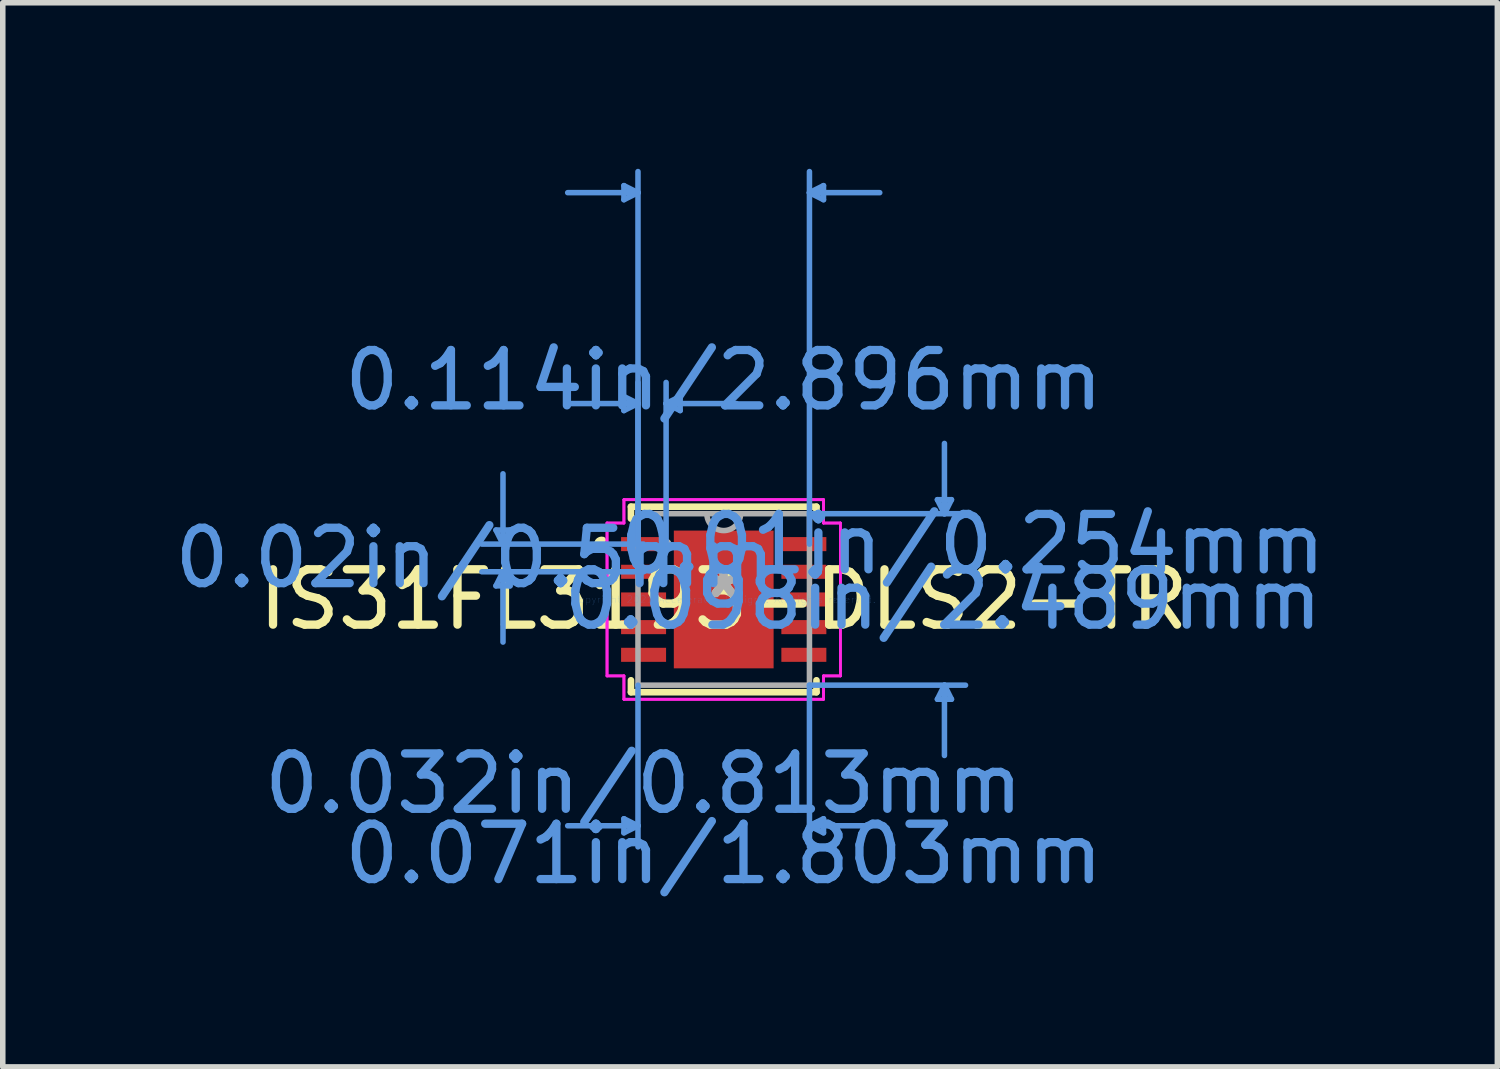
<source format=kicad_pcb>
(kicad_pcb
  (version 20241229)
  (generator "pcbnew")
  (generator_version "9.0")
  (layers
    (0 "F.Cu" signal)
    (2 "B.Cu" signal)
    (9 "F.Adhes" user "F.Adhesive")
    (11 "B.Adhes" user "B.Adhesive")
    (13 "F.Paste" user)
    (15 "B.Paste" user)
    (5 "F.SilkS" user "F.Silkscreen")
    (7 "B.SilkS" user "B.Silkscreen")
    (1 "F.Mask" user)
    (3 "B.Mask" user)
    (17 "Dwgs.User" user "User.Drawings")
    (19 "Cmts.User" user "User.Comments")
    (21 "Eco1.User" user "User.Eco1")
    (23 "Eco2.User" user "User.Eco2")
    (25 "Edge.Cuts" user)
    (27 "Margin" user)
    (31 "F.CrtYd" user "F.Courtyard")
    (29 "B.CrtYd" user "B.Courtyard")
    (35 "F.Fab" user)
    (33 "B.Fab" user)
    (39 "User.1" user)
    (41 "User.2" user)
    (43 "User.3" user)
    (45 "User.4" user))
  (footprint "IS31FL3193-DLS2-TR"
    (layer "F.Cu")
    (at 10.026 7.781)
    (property "Reference" "IS31FL3193-DLS2-TR" (at 0 0 0) (layer "F.SilkS") (effects (font (size 1 1) (thickness 0.15))))
    (attr through_hole)
    (fp_line (start -1.676 -1.676) (end -1.676 -1.46) (stroke (width 0.12) (type solid)) (layer "F.SilkS"))
    (fp_line (start -1.676 1.46) (end -1.676 1.676) (stroke (width 0.12) (type solid)) (layer "F.SilkS"))
    (fp_line (start -1.676 1.676) (end 1.676 1.676) (stroke (width 0.12) (type solid)) (layer "F.SilkS"))
    (fp_line (start 1.676 -1.676) (end -1.676 -1.676) (stroke (width 0.12) (type solid)) (layer "F.SilkS"))
    (fp_line (start 1.676 -1.46) (end 1.676 -1.676) (stroke (width 0.12) (type solid)) (layer "F.SilkS"))
    (fp_line (start 1.676 1.676) (end 1.676 1.46) (stroke (width 0.12) (type solid)) (layer "F.SilkS"))
    (fp_arc (start -2.18694 -0.926171) (mid -2.282 -1) (end -2.18694 -1.073829) (stroke (width 0.12) (type solid)) (layer "F.SilkS"))
    (fp_line (start -4.115 -1.254) (end -3.861 -1.254) (stroke (width 0.1) (type solid)) (layer "Cmts.User"))
    (fp_line (start -4.115 -0.246) (end -3.861 -0.246) (stroke (width 0.1) (type solid)) (layer "Cmts.User"))
    (fp_line (start -3.988 -1) (end -4.115 -1.254) (stroke (width 0.1) (type solid)) (layer "Cmts.User"))
    (fp_line (start -3.988 -1) (end -3.988 -2.27) (stroke (width 0.1) (type solid)) (layer "Cmts.User"))
    (fp_line (start -3.988 -1) (end -3.861 -1.254) (stroke (width 0.1) (type solid)) (layer "Cmts.User"))
    (fp_line (start -3.988 -0.5) (end -4.115 -0.246) (stroke (width 0.1) (type solid)) (layer "Cmts.User"))
    (fp_line (start -3.988 -0.5) (end -3.988 0.77) (stroke (width 0.1) (type solid)) (layer "Cmts.User"))
    (fp_line (start -3.988 -0.5) (end -3.861 -0.246) (stroke (width 0.1) (type solid)) (layer "Cmts.User"))
    (fp_line (start -1.803 -7.477) (end -1.803 -7.223) (stroke (width 0.1) (type solid)) (layer "Cmts.User"))
    (fp_line (start -1.803 -3.667) (end -1.803 -3.413) (stroke (width 0.1) (type solid)) (layer "Cmts.User"))
    (fp_line (start -1.803 3.962) (end -1.803 4.216) (stroke (width 0.1) (type solid)) (layer "Cmts.User"))
    (fp_line (start -1.549 -7.35) (end -2.819 -7.35) (stroke (width 0.1) (type solid)) (layer "Cmts.User"))
    (fp_line (start -1.549 -7.35) (end -1.803 -7.477) (stroke (width 0.1) (type solid)) (layer "Cmts.User"))
    (fp_line (start -1.549 -7.35) (end -1.803 -7.223) (stroke (width 0.1) (type solid)) (layer "Cmts.User"))
    (fp_line (start -1.549 -3.54) (end -2.819 -3.54) (stroke (width 0.1) (type solid)) (layer "Cmts.User"))
    (fp_line (start -1.549 -3.54) (end -1.803 -3.667) (stroke (width 0.1) (type solid)) (layer "Cmts.User"))
    (fp_line (start -1.549 -3.54) (end -1.803 -3.413) (stroke (width 0.1) (type solid)) (layer "Cmts.User"))
    (fp_line (start -1.549 -1) (end -1.549 -7.731) (stroke (width 0.1) (type solid)) (layer "Cmts.User"))
    (fp_line (start -1.549 -1) (end -1.549 -3.921) (stroke (width 0.1) (type solid)) (layer "Cmts.User"))
    (fp_line (start -1.549 1.549) (end -1.549 4.47) (stroke (width 0.1) (type solid)) (layer "Cmts.User"))
    (fp_line (start -1.549 4.089) (end -2.819 4.089) (stroke (width 0.1) (type solid)) (layer "Cmts.User"))
    (fp_line (start -1.549 4.089) (end -1.803 3.962) (stroke (width 0.1) (type solid)) (layer "Cmts.User"))
    (fp_line (start -1.549 4.089) (end -1.803 4.216) (stroke (width 0.1) (type solid)) (layer "Cmts.User"))
    (fp_line (start -1.448 -1) (end -4.369 -1) (stroke (width 0.1) (type solid)) (layer "Cmts.User"))
    (fp_line (start -1.448 -0.5) (end -4.369 -0.5) (stroke (width 0.1) (type solid)) (layer "Cmts.User"))
    (fp_line (start -1.041 -3.54) (end -0.787 -3.667) (stroke (width 0.1) (type solid)) (layer "Cmts.User"))
    (fp_line (start -1.041 -3.54) (end -0.787 -3.413) (stroke (width 0.1) (type solid)) (layer "Cmts.User"))
    (fp_line (start -1.041 -3.54) (end 0.229 -3.54) (stroke (width 0.1) (type solid)) (layer "Cmts.User"))
    (fp_line (start -1.041 -1) (end -1.041 -3.921) (stroke (width 0.1) (type solid)) (layer "Cmts.User"))
    (fp_line (start -0.787 -3.667) (end -0.787 -3.413) (stroke (width 0.1) (type solid)) (layer "Cmts.User"))
    (fp_line (start 1.549 -7.35) (end 1.803 -7.477) (stroke (width 0.1) (type solid)) (layer "Cmts.User"))
    (fp_line (start 1.549 -7.35) (end 1.803 -7.223) (stroke (width 0.1) (type solid)) (layer "Cmts.User"))
    (fp_line (start 1.549 -7.35) (end 2.819 -7.35) (stroke (width 0.1) (type solid)) (layer "Cmts.User"))
    (fp_line (start 1.549 -1.549) (end 4.369 -1.549) (stroke (width 0.1) (type solid)) (layer "Cmts.User"))
    (fp_line (start 1.549 -1) (end 1.549 -7.731) (stroke (width 0.1) (type solid)) (layer "Cmts.User"))
    (fp_line (start 1.549 1.549) (end 1.549 4.47) (stroke (width 0.1) (type solid)) (layer "Cmts.User"))
    (fp_line (start 1.549 1.549) (end 4.369 1.549) (stroke (width 0.1) (type solid)) (layer "Cmts.User"))
    (fp_line (start 1.549 4.089) (end 1.803 3.962) (stroke (width 0.1) (type solid)) (layer "Cmts.User"))
    (fp_line (start 1.549 4.089) (end 1.803 4.216) (stroke (width 0.1) (type solid)) (layer "Cmts.User"))
    (fp_line (start 1.549 4.089) (end 2.819 4.089) (stroke (width 0.1) (type solid)) (layer "Cmts.User"))
    (fp_line (start 1.803 -7.477) (end 1.803 -7.223) (stroke (width 0.1) (type solid)) (layer "Cmts.User"))
    (fp_line (start 1.803 3.962) (end 1.803 4.216) (stroke (width 0.1) (type solid)) (layer "Cmts.User"))
    (fp_line (start 3.861 -1.803) (end 4.115 -1.803) (stroke (width 0.1) (type solid)) (layer "Cmts.User"))
    (fp_line (start 3.861 1.803) (end 4.115 1.803) (stroke (width 0.1) (type solid)) (layer "Cmts.User"))
    (fp_line (start 3.988 -1.549) (end 3.861 -1.803) (stroke (width 0.1) (type solid)) (layer "Cmts.User"))
    (fp_line (start 3.988 -1.549) (end 3.988 -2.819) (stroke (width 0.1) (type solid)) (layer "Cmts.User"))
    (fp_line (start 3.988 -1.549) (end 4.115 -1.803) (stroke (width 0.1) (type solid)) (layer "Cmts.User"))
    (fp_line (start 3.988 1.549) (end 3.861 1.803) (stroke (width 0.1) (type solid)) (layer "Cmts.User"))
    (fp_line (start 3.988 1.549) (end 3.988 2.819) (stroke (width 0.1) (type solid)) (layer "Cmts.User"))
    (fp_line (start 3.988 1.549) (end 4.115 1.803) (stroke (width 0.1) (type solid)) (layer "Cmts.User"))
    (fp_line (start -2.108 -1.381) (end -1.803 -1.381) (stroke (width 0.05) (type solid)) (layer "F.CrtYd"))
    (fp_line (start -2.108 -1.381) (end -1.803 -1.381) (stroke (width 0.05) (type solid)) (layer "F.CrtYd"))
    (fp_line (start -2.108 1.381) (end -2.108 -1.381) (stroke (width 0.05) (type solid)) (layer "F.CrtYd"))
    (fp_line (start -2.108 1.381) (end -2.108 -1.381) (stroke (width 0.05) (type solid)) (layer "F.CrtYd"))
    (fp_line (start -2.108 1.381) (end -1.803 1.381) (stroke (width 0.05) (type solid)) (layer "F.CrtYd"))
    (fp_line (start -1.803 -1.803) (end 1.803 -1.803) (stroke (width 0.05) (type solid)) (layer "F.CrtYd"))
    (fp_line (start -1.803 -1.803) (end 1.803 -1.803) (stroke (width 0.05) (type solid)) (layer "F.CrtYd"))
    (fp_line (start -1.803 -1.381) (end -1.803 -1.803) (stroke (width 0.05) (type solid)) (layer "F.CrtYd"))
    (fp_line (start -1.803 -1.381) (end -1.803 -1.803) (stroke (width 0.05) (type solid)) (layer "F.CrtYd"))
    (fp_line (start -1.803 1.381) (end -2.108 1.381) (stroke (width 0.05) (type solid)) (layer "F.CrtYd"))
    (fp_line (start -1.803 1.803) (end -1.803 1.381) (stroke (width 0.05) (type solid)) (layer "F.CrtYd"))
    (fp_line (start -1.803 1.803) (end -1.803 1.381) (stroke (width 0.05) (type solid)) (layer "F.CrtYd"))
    (fp_line (start 1.803 -1.803) (end 1.803 -1.381) (stroke (width 0.05) (type solid)) (layer "F.CrtYd"))
    (fp_line (start 1.803 -1.803) (end 1.803 -1.381) (stroke (width 0.05) (type solid)) (layer "F.CrtYd"))
    (fp_line (start 1.803 -1.381) (end 2.108 -1.381) (stroke (width 0.05) (type solid)) (layer "F.CrtYd"))
    (fp_line (start 1.803 1.381) (end 1.803 1.803) (stroke (width 0.05) (type solid)) (layer "F.CrtYd"))
    (fp_line (start 1.803 1.381) (end 1.803 1.803) (stroke (width 0.05) (type solid)) (layer "F.CrtYd"))
    (fp_line (start 1.803 1.803) (end -1.803 1.803) (stroke (width 0.05) (type solid)) (layer "F.CrtYd"))
    (fp_line (start 1.803 1.803) (end -1.803 1.803) (stroke (width 0.05) (type solid)) (layer "F.CrtYd"))
    (fp_line (start 2.108 -1.381) (end 1.803 -1.381) (stroke (width 0.05) (type solid)) (layer "F.CrtYd"))
    (fp_line (start 2.108 -1.381) (end 2.108 1.381) (stroke (width 0.05) (type solid)) (layer "F.CrtYd"))
    (fp_line (start 2.108 -1.381) (end 2.108 1.381) (stroke (width 0.05) (type solid)) (layer "F.CrtYd"))
    (fp_line (start 2.108 1.381) (end 1.803 1.381) (stroke (width 0.05) (type solid)) (layer "F.CrtYd"))
    (fp_line (start 2.108 1.381) (end 1.803 1.381) (stroke (width 0.05) (type solid)) (layer "F.CrtYd"))
    (fp_line (start -1.549 -1.549) (end -1.549 1.549) (stroke (width 0.1) (type solid)) (layer "F.Fab"))
    (fp_line (start -1.549 1.549) (end 1.549 1.549) (stroke (width 0.1) (type solid)) (layer "F.Fab"))
    (fp_line (start 1.549 -1.549) (end -1.549 -1.549) (stroke (width 0.1) (type solid)) (layer "F.Fab"))
    (fp_line (start 1.549 1.549) (end 1.549 -1.549) (stroke (width 0.1) (type solid)) (layer "F.Fab"))
    (fp_arc (start 0.3048 -1.5494) (mid 0 -1.2446) (end -0.3048 -1.5494) (stroke (width 0.1) (type solid)) (layer "F.Fab"))
    (fp_circle (center -1.041 -1) (end -1.041 -1) (stroke (width 0.1) (type solid)) (fill no) (layer "F.Fab"))
    (fp_text user "*" (at 0 0 0) (layer "F.SilkS") (effects (font (size 1 1) (thickness 0.15))))
    (fp_text user "0.071in/1.803mm" (at 0 4.597 0) (layer "Cmts.User") (effects (font (size 1 1) (thickness 0.15))))
    (fp_text user "0.098in/2.489mm" (at 3.962 0 0) (layer "Cmts.User") (effects (font (size 1 1) (thickness 0.15))))
    (fp_text user "Copyright 2021 Accelerated Designs. All rights reserved." (at 0 0 0) (layer "Cmts.User") (effects (font (size 0.127 0.127) (thickness 0.002))))
    (fp_text user "0.114in/2.896mm" (at 0 -3.962 0) (layer "Cmts.User") (effects (font (size 1 1) (thickness 0.15))))
    (fp_text user "0.01in/0.254mm" (at 4.496 -1 0) (layer "Cmts.User") (effects (font (size 1 1) (thickness 0.15))))
    (fp_text user "0.032in/0.813mm" (at -1.448 3.327 0) (layer "Cmts.User") (effects (font (size 1 1) (thickness 0.15))))
    (fp_text user "0.02in/0.5mm" (at -4.496 -0.75 0) (layer "Cmts.User") (effects (font (size 1 1) (thickness 0.15))))
    (fp_text user "*" (at 0 0 0) (layer "F.Fab") (effects (font (size 1 1) (thickness 0.15))))
    (pad "1" smd rect (at -1.448 -1) (size 0.813 0.254) (layers "F.Cu" "F.Mask" "F.Paste"))
    (pad "2" smd rect (at -1.448 -0.5) (size 0.813 0.254) (layers "F.Cu" "F.Mask" "F.Paste"))
    (pad "3" smd rect (at -1.448 0) (size 0.813 0.254) (layers "F.Cu" "F.Mask" "F.Paste"))
    (pad "4" smd rect (at -1.448 0.5) (size 0.813 0.254) (layers "F.Cu" "F.Mask" "F.Paste"))
    (pad "5" smd rect (at -1.448 1) (size 0.813 0.254) (layers "F.Cu" "F.Mask" "F.Paste"))
    (pad "6" smd rect (at 1.448 1) (size 0.813 0.254) (layers "F.Cu" "F.Mask" "F.Paste"))
    (pad "7" smd rect (at 1.448 0.5) (size 0.813 0.254) (layers "F.Cu" "F.Mask" "F.Paste"))
    (pad "8" smd rect (at 1.448 0) (size 0.813 0.254) (layers "F.Cu" "F.Mask" "F.Paste"))
    (pad "9" smd rect (at 1.448 -0.5) (size 0.813 0.254) (layers "F.Cu" "F.Mask" "F.Paste"))
    (pad "10" smd rect (at 1.448 -1) (size 0.813 0.254) (layers "F.Cu" "F.Mask" "F.Paste"))
    (pad "11" smd rect (at 0 0) (size 1.803 2.489) (layers "F.Cu" "F.Mask" "F.Paste")))
  (gr_rect
    (start -3 -3)
    (end 24.004 16.227)
    (stroke (width 0.1) (type default))
    (fill no)
    (layer "Edge.Cuts")))
</source>
